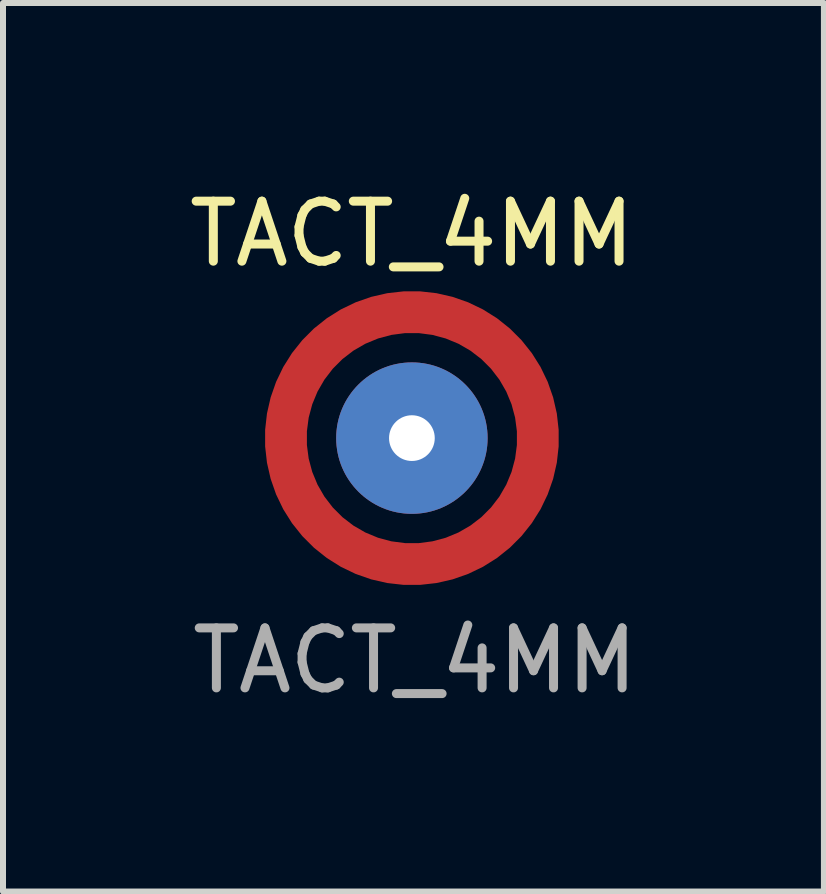
<source format=kicad_pcb>
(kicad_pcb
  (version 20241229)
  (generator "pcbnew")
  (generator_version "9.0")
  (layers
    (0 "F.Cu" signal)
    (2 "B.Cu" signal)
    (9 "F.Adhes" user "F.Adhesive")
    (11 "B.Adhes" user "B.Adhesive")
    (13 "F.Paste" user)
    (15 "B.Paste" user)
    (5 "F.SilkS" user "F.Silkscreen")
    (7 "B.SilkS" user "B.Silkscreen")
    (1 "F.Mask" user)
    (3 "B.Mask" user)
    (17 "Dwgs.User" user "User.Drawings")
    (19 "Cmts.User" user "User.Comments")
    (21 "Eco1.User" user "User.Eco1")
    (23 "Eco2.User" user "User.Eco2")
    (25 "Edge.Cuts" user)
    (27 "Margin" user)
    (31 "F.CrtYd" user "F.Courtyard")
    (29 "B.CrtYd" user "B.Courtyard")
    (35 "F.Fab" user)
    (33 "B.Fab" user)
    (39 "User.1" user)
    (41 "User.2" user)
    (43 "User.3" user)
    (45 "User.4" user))
  (footprint "TACT_4MM"
    (layer "F.Cu")
    (at 3.815 4.252)
    (property "Reference" "TACT_4MM" (at 0 -3.404 0) (unlocked yes) (layer "F.SilkS") (effects (font (size 1 1) (thickness 0.15))))
    (attr through_hole)
    (fp_circle (center 0 0.024) (end 2.524 0.024) (stroke (width 0.12) (type solid)) (fill yes) (layer "F.Mask"))
    (fp_text user "${REFERENCE}" (at 0.051 3.708 0) (unlocked yes) (layer "F.Fab") (effects (font (size 1 1) (thickness 0.15))))
    (pad "1" thru_hole circle (at 0 0) (size 2.524 2.524) (drill 0.762) (layers "*.Cu" "*.Mask"))
    (pad "2" smd custom (at -2 0) (size 0.1 0.1) (layers "F.Cu" "F.Mask" "F.Paste") (options (anchor rect)) (primitives (gr_circle (center 2 0) (end 4.1 0) (width 0.7) (fill no)))))
  (gr_rect
    (start -3 -3)
    (end 10.682 11.809)
    (stroke (width 0.1) (type default))
    (fill no)
    (layer "Edge.Cuts")))
</source>
